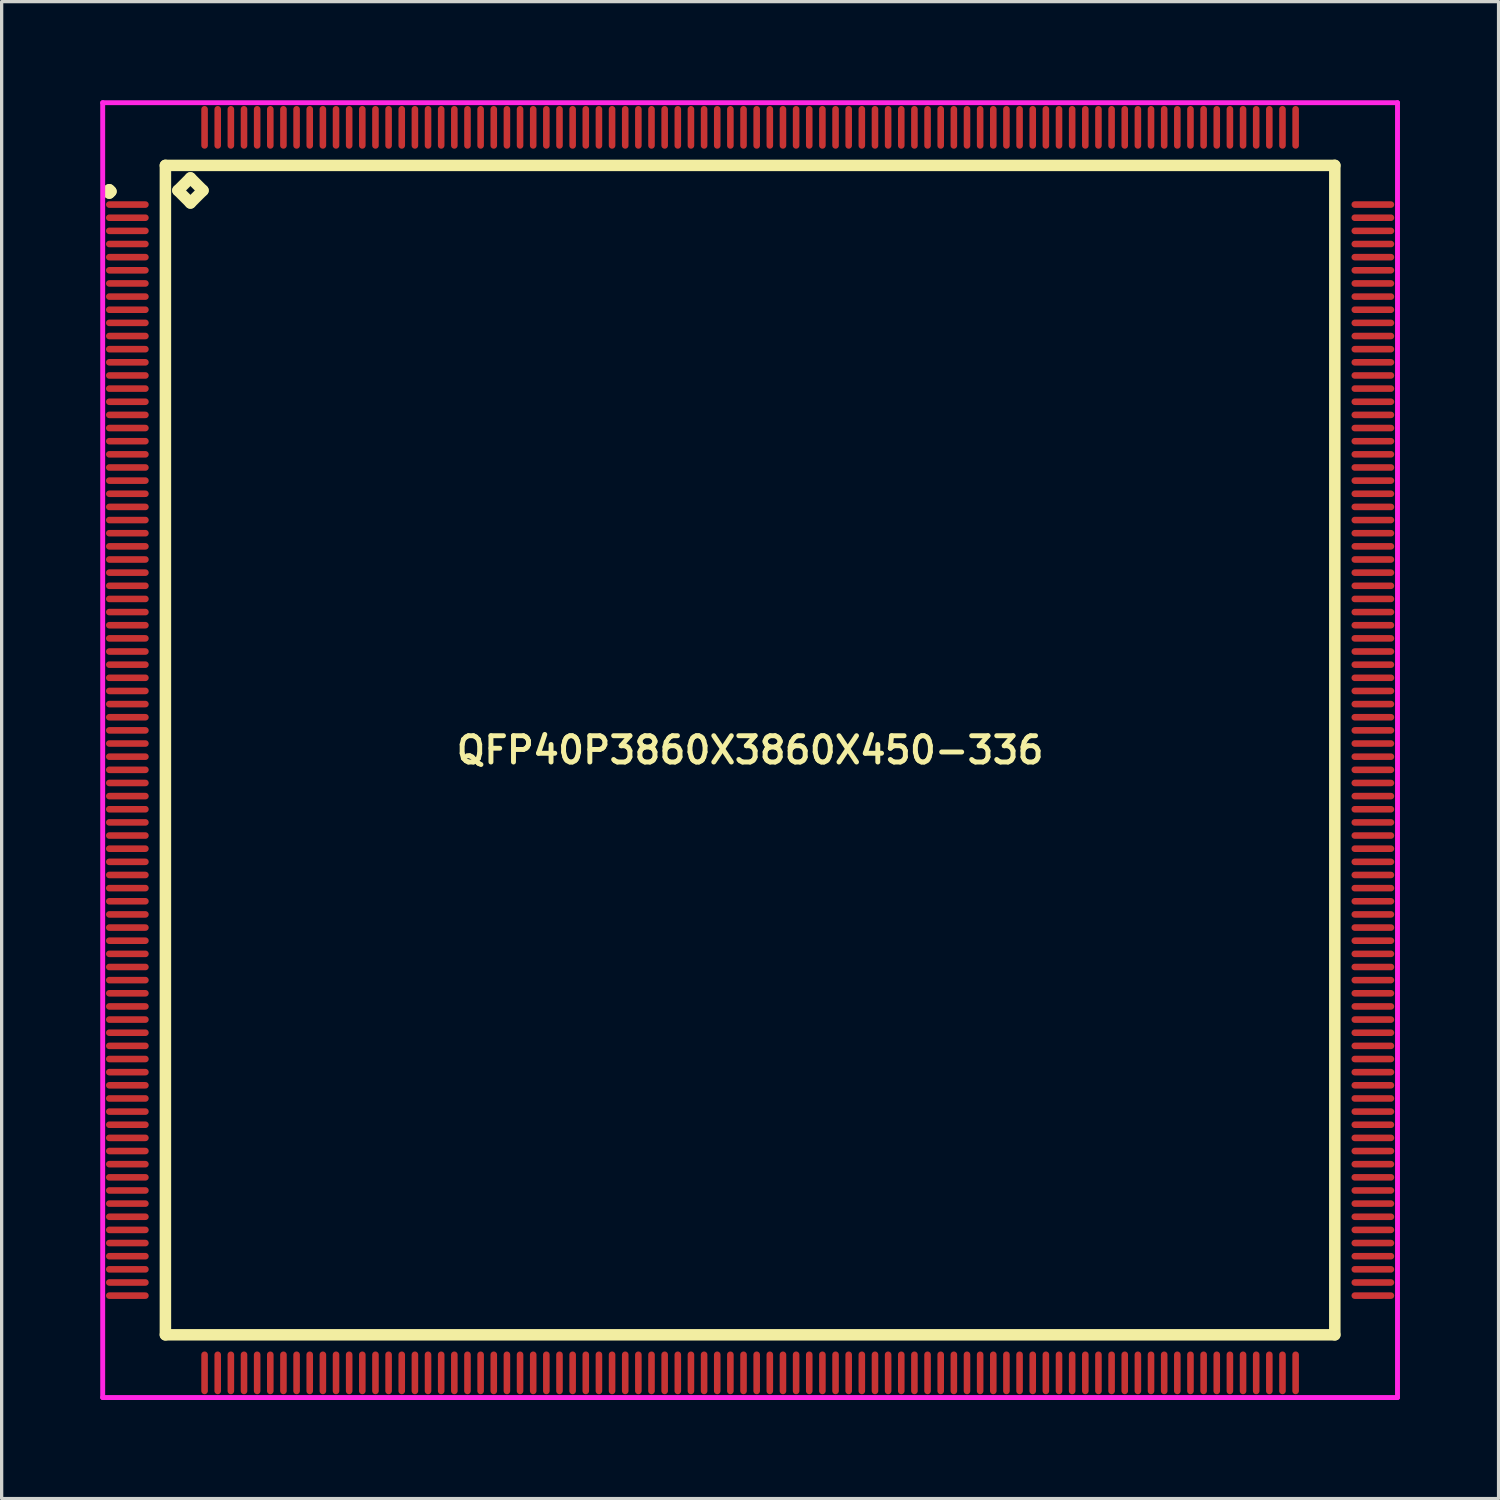
<source format=kicad_pcb>
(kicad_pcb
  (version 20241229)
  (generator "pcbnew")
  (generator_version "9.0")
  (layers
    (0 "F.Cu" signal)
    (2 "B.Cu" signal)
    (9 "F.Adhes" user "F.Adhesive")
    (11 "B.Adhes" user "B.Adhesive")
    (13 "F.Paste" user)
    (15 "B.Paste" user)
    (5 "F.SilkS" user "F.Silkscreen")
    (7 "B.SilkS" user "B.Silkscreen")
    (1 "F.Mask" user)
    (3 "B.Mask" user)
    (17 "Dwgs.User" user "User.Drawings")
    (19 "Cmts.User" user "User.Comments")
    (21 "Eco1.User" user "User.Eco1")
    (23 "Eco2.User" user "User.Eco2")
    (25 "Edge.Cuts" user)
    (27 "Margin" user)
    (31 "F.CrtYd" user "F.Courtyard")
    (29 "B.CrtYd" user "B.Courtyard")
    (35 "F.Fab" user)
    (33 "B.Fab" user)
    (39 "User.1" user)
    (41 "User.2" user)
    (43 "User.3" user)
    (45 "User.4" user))
  (footprint "QFP40P3860X3860X450-336"
    (layer "F.Cu")
    (at 19.775 19.775)
    (property "Reference" "QFP40P3860X3860X450-336" (at 0 0 0) (layer "F.SilkS") (effects (font (size 0.8 0.8) (thickness 0.15))))
    (attr smd)
    (fp_line (start -19.55 -17) (end -19.5 -17.05) (stroke (width 0.35) (type solid)) (layer "F.SilkS"))
    (fp_line (start -19.5 -17.05) (end -19.45 -17) (stroke (width 0.35) (type solid)) (layer "F.SilkS"))
    (fp_line (start -19.5 -16.95) (end -19.55 -17) (stroke (width 0.35) (type solid)) (layer "F.SilkS"))
    (fp_line (start -19.45 -17) (end -19.5 -16.95) (stroke (width 0.35) (type solid)) (layer "F.SilkS"))
    (fp_line (start -17.792 -17.792) (end -17.792 17.792) (stroke (width 0.35) (type solid)) (layer "F.SilkS"))
    (fp_line (start -17.792 17.792) (end 17.792 17.792) (stroke (width 0.35) (type solid)) (layer "F.SilkS"))
    (fp_line (start -17.411 -17.03) (end -17.03 -17.411) (stroke (width 0.35) (type solid)) (layer "F.SilkS"))
    (fp_line (start -17.03 -17.411) (end -16.649 -17.03) (stroke (width 0.35) (type solid)) (layer "F.SilkS"))
    (fp_line (start -17.03 -16.649) (end -17.411 -17.03) (stroke (width 0.35) (type solid)) (layer "F.SilkS"))
    (fp_line (start -16.649 -17.03) (end -17.03 -16.649) (stroke (width 0.35) (type solid)) (layer "F.SilkS"))
    (fp_line (start 17.792 -17.792) (end -17.792 -17.792) (stroke (width 0.35) (type solid)) (layer "F.SilkS"))
    (fp_line (start 17.792 17.792) (end 17.792 -17.792) (stroke (width 0.35) (type solid)) (layer "F.SilkS"))
    (fp_line (start -19.7 -19.7) (end 19.7 -19.7) (stroke (width 0.15) (type solid)) (layer "F.CrtYd"))
    (fp_line (start -19.7 19.7) (end -19.7 -19.7) (stroke (width 0.15) (type solid)) (layer "F.CrtYd"))
    (fp_line (start 19.7 -19.7) (end 19.7 19.7) (stroke (width 0.15) (type solid)) (layer "F.CrtYd"))
    (fp_line (start 19.7 19.7) (end -19.7 19.7) (stroke (width 0.15) (type solid)) (layer "F.CrtYd"))
    (pad "1" smd oval (at -18.95 -16.6) (size 1.3 0.2) (layers "F.Cu" "F.Mask" "F.Paste"))
    (pad "2" smd oval (at -18.95 -16.2) (size 1.3 0.2) (layers "F.Cu" "F.Mask" "F.Paste"))
    (pad "3" smd oval (at -18.95 -15.8) (size 1.3 0.2) (layers "F.Cu" "F.Mask" "F.Paste"))
    (pad "4" smd oval (at -18.95 -15.4) (size 1.3 0.2) (layers "F.Cu" "F.Mask" "F.Paste"))
    (pad "5" smd oval (at -18.95 -15) (size 1.3 0.2) (layers "F.Cu" "F.Mask" "F.Paste"))
    (pad "6" smd oval (at -18.95 -14.6) (size 1.3 0.2) (layers "F.Cu" "F.Mask" "F.Paste"))
    (pad "7" smd oval (at -18.95 -14.2) (size 1.3 0.2) (layers "F.Cu" "F.Mask" "F.Paste"))
    (pad "8" smd oval (at -18.95 -13.8) (size 1.3 0.2) (layers "F.Cu" "F.Mask" "F.Paste"))
    (pad "9" smd oval (at -18.95 -13.4) (size 1.3 0.2) (layers "F.Cu" "F.Mask" "F.Paste"))
    (pad "10" smd oval (at -18.95 -13) (size 1.3 0.2) (layers "F.Cu" "F.Mask" "F.Paste"))
    (pad "11" smd oval (at -18.95 -12.6) (size 1.3 0.2) (layers "F.Cu" "F.Mask" "F.Paste"))
    (pad "12" smd oval (at -18.95 -12.2) (size 1.3 0.2) (layers "F.Cu" "F.Mask" "F.Paste"))
    (pad "13" smd oval (at -18.95 -11.8) (size 1.3 0.2) (layers "F.Cu" "F.Mask" "F.Paste"))
    (pad "14" smd oval (at -18.95 -11.4) (size 1.3 0.2) (layers "F.Cu" "F.Mask" "F.Paste"))
    (pad "15" smd oval (at -18.95 -11) (size 1.3 0.2) (layers "F.Cu" "F.Mask" "F.Paste"))
    (pad "16" smd oval (at -18.95 -10.6) (size 1.3 0.2) (layers "F.Cu" "F.Mask" "F.Paste"))
    (pad "17" smd oval (at -18.95 -10.2) (size 1.3 0.2) (layers "F.Cu" "F.Mask" "F.Paste"))
    (pad "18" smd oval (at -18.95 -9.8) (size 1.3 0.2) (layers "F.Cu" "F.Mask" "F.Paste"))
    (pad "19" smd oval (at -18.95 -9.4) (size 1.3 0.2) (layers "F.Cu" "F.Mask" "F.Paste"))
    (pad "20" smd oval (at -18.95 -9) (size 1.3 0.2) (layers "F.Cu" "F.Mask" "F.Paste"))
    (pad "21" smd oval (at -18.95 -8.6) (size 1.3 0.2) (layers "F.Cu" "F.Mask" "F.Paste"))
    (pad "22" smd oval (at -18.95 -8.2) (size 1.3 0.2) (layers "F.Cu" "F.Mask" "F.Paste"))
    (pad "23" smd oval (at -18.95 -7.8) (size 1.3 0.2) (layers "F.Cu" "F.Mask" "F.Paste"))
    (pad "24" smd oval (at -18.95 -7.4) (size 1.3 0.2) (layers "F.Cu" "F.Mask" "F.Paste"))
    (pad "25" smd oval (at -18.95 -7) (size 1.3 0.2) (layers "F.Cu" "F.Mask" "F.Paste"))
    (pad "26" smd oval (at -18.95 -6.6) (size 1.3 0.2) (layers "F.Cu" "F.Mask" "F.Paste"))
    (pad "27" smd oval (at -18.95 -6.2) (size 1.3 0.2) (layers "F.Cu" "F.Mask" "F.Paste"))
    (pad "28" smd oval (at -18.95 -5.8) (size 1.3 0.2) (layers "F.Cu" "F.Mask" "F.Paste"))
    (pad "29" smd oval (at -18.95 -5.4) (size 1.3 0.2) (layers "F.Cu" "F.Mask" "F.Paste"))
    (pad "30" smd oval (at -18.95 -5) (size 1.3 0.2) (layers "F.Cu" "F.Mask" "F.Paste"))
    (pad "31" smd oval (at -18.95 -4.6) (size 1.3 0.2) (layers "F.Cu" "F.Mask" "F.Paste"))
    (pad "32" smd oval (at -18.95 -4.2) (size 1.3 0.2) (layers "F.Cu" "F.Mask" "F.Paste"))
    (pad "33" smd oval (at -18.95 -3.8) (size 1.3 0.2) (layers "F.Cu" "F.Mask" "F.Paste"))
    (pad "34" smd oval (at -18.95 -3.4) (size 1.3 0.2) (layers "F.Cu" "F.Mask" "F.Paste"))
    (pad "35" smd oval (at -18.95 -3) (size 1.3 0.2) (layers "F.Cu" "F.Mask" "F.Paste"))
    (pad "36" smd oval (at -18.95 -2.6) (size 1.3 0.2) (layers "F.Cu" "F.Mask" "F.Paste"))
    (pad "37" smd oval (at -18.95 -2.2) (size 1.3 0.2) (layers "F.Cu" "F.Mask" "F.Paste"))
    (pad "38" smd oval (at -18.95 -1.8) (size 1.3 0.2) (layers "F.Cu" "F.Mask" "F.Paste"))
    (pad "39" smd oval (at -18.95 -1.4) (size 1.3 0.2) (layers "F.Cu" "F.Mask" "F.Paste"))
    (pad "40" smd oval (at -18.95 -1) (size 1.3 0.2) (layers "F.Cu" "F.Mask" "F.Paste"))
    (pad "41" smd oval (at -18.95 -0.6) (size 1.3 0.2) (layers "F.Cu" "F.Mask" "F.Paste"))
    (pad "42" smd oval (at -18.95 -0.2) (size 1.3 0.2) (layers "F.Cu" "F.Mask" "F.Paste"))
    (pad "43" smd oval (at -18.95 0.2) (size 1.3 0.2) (layers "F.Cu" "F.Mask" "F.Paste"))
    (pad "44" smd oval (at -18.95 0.6) (size 1.3 0.2) (layers "F.Cu" "F.Mask" "F.Paste"))
    (pad "45" smd oval (at -18.95 1) (size 1.3 0.2) (layers "F.Cu" "F.Mask" "F.Paste"))
    (pad "46" smd oval (at -18.95 1.4) (size 1.3 0.2) (layers "F.Cu" "F.Mask" "F.Paste"))
    (pad "47" smd oval (at -18.95 1.8) (size 1.3 0.2) (layers "F.Cu" "F.Mask" "F.Paste"))
    (pad "48" smd oval (at -18.95 2.2) (size 1.3 0.2) (layers "F.Cu" "F.Mask" "F.Paste"))
    (pad "49" smd oval (at -18.95 2.6) (size 1.3 0.2) (layers "F.Cu" "F.Mask" "F.Paste"))
    (pad "50" smd oval (at -18.95 3) (size 1.3 0.2) (layers "F.Cu" "F.Mask" "F.Paste"))
    (pad "51" smd oval (at -18.95 3.4) (size 1.3 0.2) (layers "F.Cu" "F.Mask" "F.Paste"))
    (pad "52" smd oval (at -18.95 3.8) (size 1.3 0.2) (layers "F.Cu" "F.Mask" "F.Paste"))
    (pad "53" smd oval (at -18.95 4.2) (size 1.3 0.2) (layers "F.Cu" "F.Mask" "F.Paste"))
    (pad "54" smd oval (at -18.95 4.6) (size 1.3 0.2) (layers "F.Cu" "F.Mask" "F.Paste"))
    (pad "55" smd oval (at -18.95 5) (size 1.3 0.2) (layers "F.Cu" "F.Mask" "F.Paste"))
    (pad "56" smd oval (at -18.95 5.4) (size 1.3 0.2) (layers "F.Cu" "F.Mask" "F.Paste"))
    (pad "57" smd oval (at -18.95 5.8) (size 1.3 0.2) (layers "F.Cu" "F.Mask" "F.Paste"))
    (pad "58" smd oval (at -18.95 6.2) (size 1.3 0.2) (layers "F.Cu" "F.Mask" "F.Paste"))
    (pad "59" smd oval (at -18.95 6.6) (size 1.3 0.2) (layers "F.Cu" "F.Mask" "F.Paste"))
    (pad "60" smd oval (at -18.95 7) (size 1.3 0.2) (layers "F.Cu" "F.Mask" "F.Paste"))
    (pad "61" smd oval (at -18.95 7.4) (size 1.3 0.2) (layers "F.Cu" "F.Mask" "F.Paste"))
    (pad "62" smd oval (at -18.95 7.8) (size 1.3 0.2) (layers "F.Cu" "F.Mask" "F.Paste"))
    (pad "63" smd oval (at -18.95 8.2) (size 1.3 0.2) (layers "F.Cu" "F.Mask" "F.Paste"))
    (pad "64" smd oval (at -18.95 8.6) (size 1.3 0.2) (layers "F.Cu" "F.Mask" "F.Paste"))
    (pad "65" smd oval (at -18.95 9) (size 1.3 0.2) (layers "F.Cu" "F.Mask" "F.Paste"))
    (pad "66" smd oval (at -18.95 9.4) (size 1.3 0.2) (layers "F.Cu" "F.Mask" "F.Paste"))
    (pad "67" smd oval (at -18.95 9.8) (size 1.3 0.2) (layers "F.Cu" "F.Mask" "F.Paste"))
    (pad "68" smd oval (at -18.95 10.2) (size 1.3 0.2) (layers "F.Cu" "F.Mask" "F.Paste"))
    (pad "69" smd oval (at -18.95 10.6) (size 1.3 0.2) (layers "F.Cu" "F.Mask" "F.Paste"))
    (pad "70" smd oval (at -18.95 11) (size 1.3 0.2) (layers "F.Cu" "F.Mask" "F.Paste"))
    (pad "71" smd oval (at -18.95 11.4) (size 1.3 0.2) (layers "F.Cu" "F.Mask" "F.Paste"))
    (pad "72" smd oval (at -18.95 11.8) (size 1.3 0.2) (layers "F.Cu" "F.Mask" "F.Paste"))
    (pad "73" smd oval (at -18.95 12.2) (size 1.3 0.2) (layers "F.Cu" "F.Mask" "F.Paste"))
    (pad "74" smd oval (at -18.95 12.6) (size 1.3 0.2) (layers "F.Cu" "F.Mask" "F.Paste"))
    (pad "75" smd oval (at -18.95 13) (size 1.3 0.2) (layers "F.Cu" "F.Mask" "F.Paste"))
    (pad "76" smd oval (at -18.95 13.4) (size 1.3 0.2) (layers "F.Cu" "F.Mask" "F.Paste"))
    (pad "77" smd oval (at -18.95 13.8) (size 1.3 0.2) (layers "F.Cu" "F.Mask" "F.Paste"))
    (pad "78" smd oval (at -18.95 14.2) (size 1.3 0.2) (layers "F.Cu" "F.Mask" "F.Paste"))
    (pad "79" smd oval (at -18.95 14.6) (size 1.3 0.2) (layers "F.Cu" "F.Mask" "F.Paste"))
    (pad "80" smd oval (at -18.95 15) (size 1.3 0.2) (layers "F.Cu" "F.Mask" "F.Paste"))
    (pad "81" smd oval (at -18.95 15.4) (size 1.3 0.2) (layers "F.Cu" "F.Mask" "F.Paste"))
    (pad "82" smd oval (at -18.95 15.8) (size 1.3 0.2) (layers "F.Cu" "F.Mask" "F.Paste"))
    (pad "83" smd oval (at -18.95 16.2) (size 1.3 0.2) (layers "F.Cu" "F.Mask" "F.Paste"))
    (pad "84" smd oval (at -18.95 16.6) (size 1.3 0.2) (layers "F.Cu" "F.Mask" "F.Paste"))
    (pad "85" smd oval (at -16.6 18.95) (size 0.2 1.3) (layers "F.Cu" "F.Mask" "F.Paste"))
    (pad "86" smd oval (at -16.2 18.95) (size 0.2 1.3) (layers "F.Cu" "F.Mask" "F.Paste"))
    (pad "87" smd oval (at -15.8 18.95) (size 0.2 1.3) (layers "F.Cu" "F.Mask" "F.Paste"))
    (pad "88" smd oval (at -15.4 18.95) (size 0.2 1.3) (layers "F.Cu" "F.Mask" "F.Paste"))
    (pad "89" smd oval (at -15 18.95) (size 0.2 1.3) (layers "F.Cu" "F.Mask" "F.Paste"))
    (pad "90" smd oval (at -14.6 18.95) (size 0.2 1.3) (layers "F.Cu" "F.Mask" "F.Paste"))
    (pad "91" smd oval (at -14.2 18.95) (size 0.2 1.3) (layers "F.Cu" "F.Mask" "F.Paste"))
    (pad "92" smd oval (at -13.8 18.95) (size 0.2 1.3) (layers "F.Cu" "F.Mask" "F.Paste"))
    (pad "93" smd oval (at -13.4 18.95) (size 0.2 1.3) (layers "F.Cu" "F.Mask" "F.Paste"))
    (pad "94" smd oval (at -13 18.95) (size 0.2 1.3) (layers "F.Cu" "F.Mask" "F.Paste"))
    (pad "95" smd oval (at -12.6 18.95) (size 0.2 1.3) (layers "F.Cu" "F.Mask" "F.Paste"))
    (pad "96" smd oval (at -12.2 18.95) (size 0.2 1.3) (layers "F.Cu" "F.Mask" "F.Paste"))
    (pad "97" smd oval (at -11.8 18.95) (size 0.2 1.3) (layers "F.Cu" "F.Mask" "F.Paste"))
    (pad "98" smd oval (at -11.4 18.95) (size 0.2 1.3) (layers "F.Cu" "F.Mask" "F.Paste"))
    (pad "99" smd oval (at -11 18.95) (size 0.2 1.3) (layers "F.Cu" "F.Mask" "F.Paste"))
    (pad "100" smd oval (at -10.6 18.95) (size 0.2 1.3) (layers "F.Cu" "F.Mask" "F.Paste"))
    (pad "101" smd oval (at -10.2 18.95) (size 0.2 1.3) (layers "F.Cu" "F.Mask" "F.Paste"))
    (pad "102" smd oval (at -9.8 18.95) (size 0.2 1.3) (layers "F.Cu" "F.Mask" "F.Paste"))
    (pad "103" smd oval (at -9.4 18.95) (size 0.2 1.3) (layers "F.Cu" "F.Mask" "F.Paste"))
    (pad "104" smd oval (at -9 18.95) (size 0.2 1.3) (layers "F.Cu" "F.Mask" "F.Paste"))
    (pad "105" smd oval (at -8.6 18.95) (size 0.2 1.3) (layers "F.Cu" "F.Mask" "F.Paste"))
    (pad "106" smd oval (at -8.2 18.95) (size 0.2 1.3) (layers "F.Cu" "F.Mask" "F.Paste"))
    (pad "107" smd oval (at -7.8 18.95) (size 0.2 1.3) (layers "F.Cu" "F.Mask" "F.Paste"))
    (pad "108" smd oval (at -7.4 18.95) (size 0.2 1.3) (layers "F.Cu" "F.Mask" "F.Paste"))
    (pad "109" smd oval (at -7 18.95) (size 0.2 1.3) (layers "F.Cu" "F.Mask" "F.Paste"))
    (pad "110" smd oval (at -6.6 18.95) (size 0.2 1.3) (layers "F.Cu" "F.Mask" "F.Paste"))
    (pad "111" smd oval (at -6.2 18.95) (size 0.2 1.3) (layers "F.Cu" "F.Mask" "F.Paste"))
    (pad "112" smd oval (at -5.8 18.95) (size 0.2 1.3) (layers "F.Cu" "F.Mask" "F.Paste"))
    (pad "113" smd oval (at -5.4 18.95) (size 0.2 1.3) (layers "F.Cu" "F.Mask" "F.Paste"))
    (pad "114" smd oval (at -5 18.95) (size 0.2 1.3) (layers "F.Cu" "F.Mask" "F.Paste"))
    (pad "115" smd oval (at -4.6 18.95) (size 0.2 1.3) (layers "F.Cu" "F.Mask" "F.Paste"))
    (pad "116" smd oval (at -4.2 18.95) (size 0.2 1.3) (layers "F.Cu" "F.Mask" "F.Paste"))
    (pad "117" smd oval (at -3.8 18.95) (size 0.2 1.3) (layers "F.Cu" "F.Mask" "F.Paste"))
    (pad "118" smd oval (at -3.4 18.95) (size 0.2 1.3) (layers "F.Cu" "F.Mask" "F.Paste"))
    (pad "119" smd oval (at -3 18.95) (size 0.2 1.3) (layers "F.Cu" "F.Mask" "F.Paste"))
    (pad "120" smd oval (at -2.6 18.95) (size 0.2 1.3) (layers "F.Cu" "F.Mask" "F.Paste"))
    (pad "121" smd oval (at -2.2 18.95) (size 0.2 1.3) (layers "F.Cu" "F.Mask" "F.Paste"))
    (pad "122" smd oval (at -1.8 18.95) (size 0.2 1.3) (layers "F.Cu" "F.Mask" "F.Paste"))
    (pad "123" smd oval (at -1.4 18.95) (size 0.2 1.3) (layers "F.Cu" "F.Mask" "F.Paste"))
    (pad "124" smd oval (at -1 18.95) (size 0.2 1.3) (layers "F.Cu" "F.Mask" "F.Paste"))
    (pad "125" smd oval (at -0.6 18.95) (size 0.2 1.3) (layers "F.Cu" "F.Mask" "F.Paste"))
    (pad "126" smd oval (at -0.2 18.95) (size 0.2 1.3) (layers "F.Cu" "F.Mask" "F.Paste"))
    (pad "127" smd oval (at 0.2 18.95) (size 0.2 1.3) (layers "F.Cu" "F.Mask" "F.Paste"))
    (pad "128" smd oval (at 0.6 18.95) (size 0.2 1.3) (layers "F.Cu" "F.Mask" "F.Paste"))
    (pad "129" smd oval (at 1 18.95) (size 0.2 1.3) (layers "F.Cu" "F.Mask" "F.Paste"))
    (pad "130" smd oval (at 1.4 18.95) (size 0.2 1.3) (layers "F.Cu" "F.Mask" "F.Paste"))
    (pad "131" smd oval (at 1.8 18.95) (size 0.2 1.3) (layers "F.Cu" "F.Mask" "F.Paste"))
    (pad "132" smd oval (at 2.2 18.95) (size 0.2 1.3) (layers "F.Cu" "F.Mask" "F.Paste"))
    (pad "133" smd oval (at 2.6 18.95) (size 0.2 1.3) (layers "F.Cu" "F.Mask" "F.Paste"))
    (pad "134" smd oval (at 3 18.95) (size 0.2 1.3) (layers "F.Cu" "F.Mask" "F.Paste"))
    (pad "135" smd oval (at 3.4 18.95) (size 0.2 1.3) (layers "F.Cu" "F.Mask" "F.Paste"))
    (pad "136" smd oval (at 3.8 18.95) (size 0.2 1.3) (layers "F.Cu" "F.Mask" "F.Paste"))
    (pad "137" smd oval (at 4.2 18.95) (size 0.2 1.3) (layers "F.Cu" "F.Mask" "F.Paste"))
    (pad "138" smd oval (at 4.6 18.95) (size 0.2 1.3) (layers "F.Cu" "F.Mask" "F.Paste"))
    (pad "139" smd oval (at 5 18.95) (size 0.2 1.3) (layers "F.Cu" "F.Mask" "F.Paste"))
    (pad "140" smd oval (at 5.4 18.95) (size 0.2 1.3) (layers "F.Cu" "F.Mask" "F.Paste"))
    (pad "141" smd oval (at 5.8 18.95) (size 0.2 1.3) (layers "F.Cu" "F.Mask" "F.Paste"))
    (pad "142" smd oval (at 6.2 18.95) (size 0.2 1.3) (layers "F.Cu" "F.Mask" "F.Paste"))
    (pad "143" smd oval (at 6.6 18.95) (size 0.2 1.3) (layers "F.Cu" "F.Mask" "F.Paste"))
    (pad "144" smd oval (at 7 18.95) (size 0.2 1.3) (layers "F.Cu" "F.Mask" "F.Paste"))
    (pad "145" smd oval (at 7.4 18.95) (size 0.2 1.3) (layers "F.Cu" "F.Mask" "F.Paste"))
    (pad "146" smd oval (at 7.8 18.95) (size 0.2 1.3) (layers "F.Cu" "F.Mask" "F.Paste"))
    (pad "147" smd oval (at 8.2 18.95) (size 0.2 1.3) (layers "F.Cu" "F.Mask" "F.Paste"))
    (pad "148" smd oval (at 8.6 18.95) (size 0.2 1.3) (layers "F.Cu" "F.Mask" "F.Paste"))
    (pad "149" smd oval (at 9 18.95) (size 0.2 1.3) (layers "F.Cu" "F.Mask" "F.Paste"))
    (pad "150" smd oval (at 9.4 18.95) (size 0.2 1.3) (layers "F.Cu" "F.Mask" "F.Paste"))
    (pad "151" smd oval (at 9.8 18.95) (size 0.2 1.3) (layers "F.Cu" "F.Mask" "F.Paste"))
    (pad "152" smd oval (at 10.2 18.95) (size 0.2 1.3) (layers "F.Cu" "F.Mask" "F.Paste"))
    (pad "153" smd oval (at 10.6 18.95) (size 0.2 1.3) (layers "F.Cu" "F.Mask" "F.Paste"))
    (pad "154" smd oval (at 11 18.95) (size 0.2 1.3) (layers "F.Cu" "F.Mask" "F.Paste"))
    (pad "155" smd oval (at 11.4 18.95) (size 0.2 1.3) (layers "F.Cu" "F.Mask" "F.Paste"))
    (pad "156" smd oval (at 11.8 18.95) (size 0.2 1.3) (layers "F.Cu" "F.Mask" "F.Paste"))
    (pad "157" smd oval (at 12.2 18.95) (size 0.2 1.3) (layers "F.Cu" "F.Mask" "F.Paste"))
    (pad "158" smd oval (at 12.6 18.95) (size 0.2 1.3) (layers "F.Cu" "F.Mask" "F.Paste"))
    (pad "159" smd oval (at 13 18.95) (size 0.2 1.3) (layers "F.Cu" "F.Mask" "F.Paste"))
    (pad "160" smd oval (at 13.4 18.95) (size 0.2 1.3) (layers "F.Cu" "F.Mask" "F.Paste"))
    (pad "161" smd oval (at 13.8 18.95) (size 0.2 1.3) (layers "F.Cu" "F.Mask" "F.Paste"))
    (pad "162" smd oval (at 14.2 18.95) (size 0.2 1.3) (layers "F.Cu" "F.Mask" "F.Paste"))
    (pad "163" smd oval (at 14.6 18.95) (size 0.2 1.3) (layers "F.Cu" "F.Mask" "F.Paste"))
    (pad "164" smd oval (at 15 18.95) (size 0.2 1.3) (layers "F.Cu" "F.Mask" "F.Paste"))
    (pad "165" smd oval (at 15.4 18.95) (size 0.2 1.3) (layers "F.Cu" "F.Mask" "F.Paste"))
    (pad "166" smd oval (at 15.8 18.95) (size 0.2 1.3) (layers "F.Cu" "F.Mask" "F.Paste"))
    (pad "167" smd oval (at 16.2 18.95) (size 0.2 1.3) (layers "F.Cu" "F.Mask" "F.Paste"))
    (pad "168" smd oval (at 16.6 18.95) (size 0.2 1.3) (layers "F.Cu" "F.Mask" "F.Paste"))
    (pad "169" smd oval (at 18.95 16.6) (size 1.3 0.2) (layers "F.Cu" "F.Mask" "F.Paste"))
    (pad "170" smd oval (at 18.95 16.2) (size 1.3 0.2) (layers "F.Cu" "F.Mask" "F.Paste"))
    (pad "171" smd oval (at 18.95 15.8) (size 1.3 0.2) (layers "F.Cu" "F.Mask" "F.Paste"))
    (pad "172" smd oval (at 18.95 15.4) (size 1.3 0.2) (layers "F.Cu" "F.Mask" "F.Paste"))
    (pad "173" smd oval (at 18.95 15) (size 1.3 0.2) (layers "F.Cu" "F.Mask" "F.Paste"))
    (pad "174" smd oval (at 18.95 14.6) (size 1.3 0.2) (layers "F.Cu" "F.Mask" "F.Paste"))
    (pad "175" smd oval (at 18.95 14.2) (size 1.3 0.2) (layers "F.Cu" "F.Mask" "F.Paste"))
    (pad "176" smd oval (at 18.95 13.8) (size 1.3 0.2) (layers "F.Cu" "F.Mask" "F.Paste"))
    (pad "177" smd oval (at 18.95 13.4) (size 1.3 0.2) (layers "F.Cu" "F.Mask" "F.Paste"))
    (pad "178" smd oval (at 18.95 13) (size 1.3 0.2) (layers "F.Cu" "F.Mask" "F.Paste"))
    (pad "179" smd oval (at 18.95 12.6) (size 1.3 0.2) (layers "F.Cu" "F.Mask" "F.Paste"))
    (pad "180" smd oval (at 18.95 12.2) (size 1.3 0.2) (layers "F.Cu" "F.Mask" "F.Paste"))
    (pad "181" smd oval (at 18.95 11.8) (size 1.3 0.2) (layers "F.Cu" "F.Mask" "F.Paste"))
    (pad "182" smd oval (at 18.95 11.4) (size 1.3 0.2) (layers "F.Cu" "F.Mask" "F.Paste"))
    (pad "183" smd oval (at 18.95 11) (size 1.3 0.2) (layers "F.Cu" "F.Mask" "F.Paste"))
    (pad "184" smd oval (at 18.95 10.6) (size 1.3 0.2) (layers "F.Cu" "F.Mask" "F.Paste"))
    (pad "185" smd oval (at 18.95 10.2) (size 1.3 0.2) (layers "F.Cu" "F.Mask" "F.Paste"))
    (pad "186" smd oval (at 18.95 9.8) (size 1.3 0.2) (layers "F.Cu" "F.Mask" "F.Paste"))
    (pad "187" smd oval (at 18.95 9.4) (size 1.3 0.2) (layers "F.Cu" "F.Mask" "F.Paste"))
    (pad "188" smd oval (at 18.95 9) (size 1.3 0.2) (layers "F.Cu" "F.Mask" "F.Paste"))
    (pad "189" smd oval (at 18.95 8.6) (size 1.3 0.2) (layers "F.Cu" "F.Mask" "F.Paste"))
    (pad "190" smd oval (at 18.95 8.2) (size 1.3 0.2) (layers "F.Cu" "F.Mask" "F.Paste"))
    (pad "191" smd oval (at 18.95 7.8) (size 1.3 0.2) (layers "F.Cu" "F.Mask" "F.Paste"))
    (pad "192" smd oval (at 18.95 7.4) (size 1.3 0.2) (layers "F.Cu" "F.Mask" "F.Paste"))
    (pad "193" smd oval (at 18.95 7) (size 1.3 0.2) (layers "F.Cu" "F.Mask" "F.Paste"))
    (pad "194" smd oval (at 18.95 6.6) (size 1.3 0.2) (layers "F.Cu" "F.Mask" "F.Paste"))
    (pad "195" smd oval (at 18.95 6.2) (size 1.3 0.2) (layers "F.Cu" "F.Mask" "F.Paste"))
    (pad "196" smd oval (at 18.95 5.8) (size 1.3 0.2) (layers "F.Cu" "F.Mask" "F.Paste"))
    (pad "197" smd oval (at 18.95 5.4) (size 1.3 0.2) (layers "F.Cu" "F.Mask" "F.Paste"))
    (pad "198" smd oval (at 18.95 5) (size 1.3 0.2) (layers "F.Cu" "F.Mask" "F.Paste"))
    (pad "199" smd oval (at 18.95 4.6) (size 1.3 0.2) (layers "F.Cu" "F.Mask" "F.Paste"))
    (pad "200" smd oval (at 18.95 4.2) (size 1.3 0.2) (layers "F.Cu" "F.Mask" "F.Paste"))
    (pad "201" smd oval (at 18.95 3.8) (size 1.3 0.2) (layers "F.Cu" "F.Mask" "F.Paste"))
    (pad "202" smd oval (at 18.95 3.4) (size 1.3 0.2) (layers "F.Cu" "F.Mask" "F.Paste"))
    (pad "203" smd oval (at 18.95 3) (size 1.3 0.2) (layers "F.Cu" "F.Mask" "F.Paste"))
    (pad "204" smd oval (at 18.95 2.6) (size 1.3 0.2) (layers "F.Cu" "F.Mask" "F.Paste"))
    (pad "205" smd oval (at 18.95 2.2) (size 1.3 0.2) (layers "F.Cu" "F.Mask" "F.Paste"))
    (pad "206" smd oval (at 18.95 1.8) (size 1.3 0.2) (layers "F.Cu" "F.Mask" "F.Paste"))
    (pad "207" smd oval (at 18.95 1.4) (size 1.3 0.2) (layers "F.Cu" "F.Mask" "F.Paste"))
    (pad "208" smd oval (at 18.95 1) (size 1.3 0.2) (layers "F.Cu" "F.Mask" "F.Paste"))
    (pad "209" smd oval (at 18.95 0.6) (size 1.3 0.2) (layers "F.Cu" "F.Mask" "F.Paste"))
    (pad "210" smd oval (at 18.95 0.2) (size 1.3 0.2) (layers "F.Cu" "F.Mask" "F.Paste"))
    (pad "211" smd oval (at 18.95 -0.2) (size 1.3 0.2) (layers "F.Cu" "F.Mask" "F.Paste"))
    (pad "212" smd oval (at 18.95 -0.6) (size 1.3 0.2) (layers "F.Cu" "F.Mask" "F.Paste"))
    (pad "213" smd oval (at 18.95 -1) (size 1.3 0.2) (layers "F.Cu" "F.Mask" "F.Paste"))
    (pad "214" smd oval (at 18.95 -1.4) (size 1.3 0.2) (layers "F.Cu" "F.Mask" "F.Paste"))
    (pad "215" smd oval (at 18.95 -1.8) (size 1.3 0.2) (layers "F.Cu" "F.Mask" "F.Paste"))
    (pad "216" smd oval (at 18.95 -2.2) (size 1.3 0.2) (layers "F.Cu" "F.Mask" "F.Paste"))
    (pad "217" smd oval (at 18.95 -2.6) (size 1.3 0.2) (layers "F.Cu" "F.Mask" "F.Paste"))
    (pad "218" smd oval (at 18.95 -3) (size 1.3 0.2) (layers "F.Cu" "F.Mask" "F.Paste"))
    (pad "219" smd oval (at 18.95 -3.4) (size 1.3 0.2) (layers "F.Cu" "F.Mask" "F.Paste"))
    (pad "220" smd oval (at 18.95 -3.8) (size 1.3 0.2) (layers "F.Cu" "F.Mask" "F.Paste"))
    (pad "221" smd oval (at 18.95 -4.2) (size 1.3 0.2) (layers "F.Cu" "F.Mask" "F.Paste"))
    (pad "222" smd oval (at 18.95 -4.6) (size 1.3 0.2) (layers "F.Cu" "F.Mask" "F.Paste"))
    (pad "223" smd oval (at 18.95 -5) (size 1.3 0.2) (layers "F.Cu" "F.Mask" "F.Paste"))
    (pad "224" smd oval (at 18.95 -5.4) (size 1.3 0.2) (layers "F.Cu" "F.Mask" "F.Paste"))
    (pad "225" smd oval (at 18.95 -5.8) (size 1.3 0.2) (layers "F.Cu" "F.Mask" "F.Paste"))
    (pad "226" smd oval (at 18.95 -6.2) (size 1.3 0.2) (layers "F.Cu" "F.Mask" "F.Paste"))
    (pad "227" smd oval (at 18.95 -6.6) (size 1.3 0.2) (layers "F.Cu" "F.Mask" "F.Paste"))
    (pad "228" smd oval (at 18.95 -7) (size 1.3 0.2) (layers "F.Cu" "F.Mask" "F.Paste"))
    (pad "229" smd oval (at 18.95 -7.4) (size 1.3 0.2) (layers "F.Cu" "F.Mask" "F.Paste"))
    (pad "230" smd oval (at 18.95 -7.8) (size 1.3 0.2) (layers "F.Cu" "F.Mask" "F.Paste"))
    (pad "231" smd oval (at 18.95 -8.2) (size 1.3 0.2) (layers "F.Cu" "F.Mask" "F.Paste"))
    (pad "232" smd oval (at 18.95 -8.6) (size 1.3 0.2) (layers "F.Cu" "F.Mask" "F.Paste"))
    (pad "233" smd oval (at 18.95 -9) (size 1.3 0.2) (layers "F.Cu" "F.Mask" "F.Paste"))
    (pad "234" smd oval (at 18.95 -9.4) (size 1.3 0.2) (layers "F.Cu" "F.Mask" "F.Paste"))
    (pad "235" smd oval (at 18.95 -9.8) (size 1.3 0.2) (layers "F.Cu" "F.Mask" "F.Paste"))
    (pad "236" smd oval (at 18.95 -10.2) (size 1.3 0.2) (layers "F.Cu" "F.Mask" "F.Paste"))
    (pad "237" smd oval (at 18.95 -10.6) (size 1.3 0.2) (layers "F.Cu" "F.Mask" "F.Paste"))
    (pad "238" smd oval (at 18.95 -11) (size 1.3 0.2) (layers "F.Cu" "F.Mask" "F.Paste"))
    (pad "239" smd oval (at 18.95 -11.4) (size 1.3 0.2) (layers "F.Cu" "F.Mask" "F.Paste"))
    (pad "240" smd oval (at 18.95 -11.8) (size 1.3 0.2) (layers "F.Cu" "F.Mask" "F.Paste"))
    (pad "241" smd oval (at 18.95 -12.2) (size 1.3 0.2) (layers "F.Cu" "F.Mask" "F.Paste"))
    (pad "242" smd oval (at 18.95 -12.6) (size 1.3 0.2) (layers "F.Cu" "F.Mask" "F.Paste"))
    (pad "243" smd oval (at 18.95 -13) (size 1.3 0.2) (layers "F.Cu" "F.Mask" "F.Paste"))
    (pad "244" smd oval (at 18.95 -13.4) (size 1.3 0.2) (layers "F.Cu" "F.Mask" "F.Paste"))
    (pad "245" smd oval (at 18.95 -13.8) (size 1.3 0.2) (layers "F.Cu" "F.Mask" "F.Paste"))
    (pad "246" smd oval (at 18.95 -14.2) (size 1.3 0.2) (layers "F.Cu" "F.Mask" "F.Paste"))
    (pad "247" smd oval (at 18.95 -14.6) (size 1.3 0.2) (layers "F.Cu" "F.Mask" "F.Paste"))
    (pad "248" smd oval (at 18.95 -15) (size 1.3 0.2) (layers "F.Cu" "F.Mask" "F.Paste"))
    (pad "249" smd oval (at 18.95 -15.4) (size 1.3 0.2) (layers "F.Cu" "F.Mask" "F.Paste"))
    (pad "250" smd oval (at 18.95 -15.8) (size 1.3 0.2) (layers "F.Cu" "F.Mask" "F.Paste"))
    (pad "251" smd oval (at 18.95 -16.2) (size 1.3 0.2) (layers "F.Cu" "F.Mask" "F.Paste"))
    (pad "252" smd oval (at 18.95 -16.6) (size 1.3 0.2) (layers "F.Cu" "F.Mask" "F.Paste"))
    (pad "253" smd oval (at 16.6 -18.95) (size 0.2 1.3) (layers "F.Cu" "F.Mask" "F.Paste"))
    (pad "254" smd oval (at 16.2 -18.95) (size 0.2 1.3) (layers "F.Cu" "F.Mask" "F.Paste"))
    (pad "255" smd oval (at 15.8 -18.95) (size 0.2 1.3) (layers "F.Cu" "F.Mask" "F.Paste"))
    (pad "256" smd oval (at 15.4 -18.95) (size 0.2 1.3) (layers "F.Cu" "F.Mask" "F.Paste"))
    (pad "257" smd oval (at 15 -18.95) (size 0.2 1.3) (layers "F.Cu" "F.Mask" "F.Paste"))
    (pad "258" smd oval (at 14.6 -18.95) (size 0.2 1.3) (layers "F.Cu" "F.Mask" "F.Paste"))
    (pad "259" smd oval (at 14.2 -18.95) (size 0.2 1.3) (layers "F.Cu" "F.Mask" "F.Paste"))
    (pad "260" smd oval (at 13.8 -18.95) (size 0.2 1.3) (layers "F.Cu" "F.Mask" "F.Paste"))
    (pad "261" smd oval (at 13.4 -18.95) (size 0.2 1.3) (layers "F.Cu" "F.Mask" "F.Paste"))
    (pad "262" smd oval (at 13 -18.95) (size 0.2 1.3) (layers "F.Cu" "F.Mask" "F.Paste"))
    (pad "263" smd oval (at 12.6 -18.95) (size 0.2 1.3) (layers "F.Cu" "F.Mask" "F.Paste"))
    (pad "264" smd oval (at 12.2 -18.95) (size 0.2 1.3) (layers "F.Cu" "F.Mask" "F.Paste"))
    (pad "265" smd oval (at 11.8 -18.95) (size 0.2 1.3) (layers "F.Cu" "F.Mask" "F.Paste"))
    (pad "266" smd oval (at 11.4 -18.95) (size 0.2 1.3) (layers "F.Cu" "F.Mask" "F.Paste"))
    (pad "267" smd oval (at 11 -18.95) (size 0.2 1.3) (layers "F.Cu" "F.Mask" "F.Paste"))
    (pad "268" smd oval (at 10.6 -18.95) (size 0.2 1.3) (layers "F.Cu" "F.Mask" "F.Paste"))
    (pad "269" smd oval (at 10.2 -18.95) (size 0.2 1.3) (layers "F.Cu" "F.Mask" "F.Paste"))
    (pad "270" smd oval (at 9.8 -18.95) (size 0.2 1.3) (layers "F.Cu" "F.Mask" "F.Paste"))
    (pad "271" smd oval (at 9.4 -18.95) (size 0.2 1.3) (layers "F.Cu" "F.Mask" "F.Paste"))
    (pad "272" smd oval (at 9 -18.95) (size 0.2 1.3) (layers "F.Cu" "F.Mask" "F.Paste"))
    (pad "273" smd oval (at 8.6 -18.95) (size 0.2 1.3) (layers "F.Cu" "F.Mask" "F.Paste"))
    (pad "274" smd oval (at 8.2 -18.95) (size 0.2 1.3) (layers "F.Cu" "F.Mask" "F.Paste"))
    (pad "275" smd oval (at 7.8 -18.95) (size 0.2 1.3) (layers "F.Cu" "F.Mask" "F.Paste"))
    (pad "276" smd oval (at 7.4 -18.95) (size 0.2 1.3) (layers "F.Cu" "F.Mask" "F.Paste"))
    (pad "277" smd oval (at 7 -18.95) (size 0.2 1.3) (layers "F.Cu" "F.Mask" "F.Paste"))
    (pad "278" smd oval (at 6.6 -18.95) (size 0.2 1.3) (layers "F.Cu" "F.Mask" "F.Paste"))
    (pad "279" smd oval (at 6.2 -18.95) (size 0.2 1.3) (layers "F.Cu" "F.Mask" "F.Paste"))
    (pad "280" smd oval (at 5.8 -18.95) (size 0.2 1.3) (layers "F.Cu" "F.Mask" "F.Paste"))
    (pad "281" smd oval (at 5.4 -18.95) (size 0.2 1.3) (layers "F.Cu" "F.Mask" "F.Paste"))
    (pad "282" smd oval (at 5 -18.95) (size 0.2 1.3) (layers "F.Cu" "F.Mask" "F.Paste"))
    (pad "283" smd oval (at 4.6 -18.95) (size 0.2 1.3) (layers "F.Cu" "F.Mask" "F.Paste"))
    (pad "284" smd oval (at 4.2 -18.95) (size 0.2 1.3) (layers "F.Cu" "F.Mask" "F.Paste"))
    (pad "285" smd oval (at 3.8 -18.95) (size 0.2 1.3) (layers "F.Cu" "F.Mask" "F.Paste"))
    (pad "286" smd oval (at 3.4 -18.95) (size 0.2 1.3) (layers "F.Cu" "F.Mask" "F.Paste"))
    (pad "287" smd oval (at 3 -18.95) (size 0.2 1.3) (layers "F.Cu" "F.Mask" "F.Paste"))
    (pad "288" smd oval (at 2.6 -18.95) (size 0.2 1.3) (layers "F.Cu" "F.Mask" "F.Paste"))
    (pad "289" smd oval (at 2.2 -18.95) (size 0.2 1.3) (layers "F.Cu" "F.Mask" "F.Paste"))
    (pad "290" smd oval (at 1.8 -18.95) (size 0.2 1.3) (layers "F.Cu" "F.Mask" "F.Paste"))
    (pad "291" smd oval (at 1.4 -18.95) (size 0.2 1.3) (layers "F.Cu" "F.Mask" "F.Paste"))
    (pad "292" smd oval (at 1 -18.95) (size 0.2 1.3) (layers "F.Cu" "F.Mask" "F.Paste"))
    (pad "293" smd oval (at 0.6 -18.95) (size 0.2 1.3) (layers "F.Cu" "F.Mask" "F.Paste"))
    (pad "294" smd oval (at 0.2 -18.95) (size 0.2 1.3) (layers "F.Cu" "F.Mask" "F.Paste"))
    (pad "295" smd oval (at -0.2 -18.95) (size 0.2 1.3) (layers "F.Cu" "F.Mask" "F.Paste"))
    (pad "296" smd oval (at -0.6 -18.95) (size 0.2 1.3) (layers "F.Cu" "F.Mask" "F.Paste"))
    (pad "297" smd oval (at -1 -18.95) (size 0.2 1.3) (layers "F.Cu" "F.Mask" "F.Paste"))
    (pad "298" smd oval (at -1.4 -18.95) (size 0.2 1.3) (layers "F.Cu" "F.Mask" "F.Paste"))
    (pad "299" smd oval (at -1.8 -18.95) (size 0.2 1.3) (layers "F.Cu" "F.Mask" "F.Paste"))
    (pad "300" smd oval (at -2.2 -18.95) (size 0.2 1.3) (layers "F.Cu" "F.Mask" "F.Paste"))
    (pad "301" smd oval (at -2.6 -18.95) (size 0.2 1.3) (layers "F.Cu" "F.Mask" "F.Paste"))
    (pad "302" smd oval (at -3 -18.95) (size 0.2 1.3) (layers "F.Cu" "F.Mask" "F.Paste"))
    (pad "303" smd oval (at -3.4 -18.95) (size 0.2 1.3) (layers "F.Cu" "F.Mask" "F.Paste"))
    (pad "304" smd oval (at -3.8 -18.95) (size 0.2 1.3) (layers "F.Cu" "F.Mask" "F.Paste"))
    (pad "305" smd oval (at -4.2 -18.95) (size 0.2 1.3) (layers "F.Cu" "F.Mask" "F.Paste"))
    (pad "306" smd oval (at -4.6 -18.95) (size 0.2 1.3) (layers "F.Cu" "F.Mask" "F.Paste"))
    (pad "307" smd oval (at -5 -18.95) (size 0.2 1.3) (layers "F.Cu" "F.Mask" "F.Paste"))
    (pad "308" smd oval (at -5.4 -18.95) (size 0.2 1.3) (layers "F.Cu" "F.Mask" "F.Paste"))
    (pad "309" smd oval (at -5.8 -18.95) (size 0.2 1.3) (layers "F.Cu" "F.Mask" "F.Paste"))
    (pad "310" smd oval (at -6.2 -18.95) (size 0.2 1.3) (layers "F.Cu" "F.Mask" "F.Paste"))
    (pad "311" smd oval (at -6.6 -18.95) (size 0.2 1.3) (layers "F.Cu" "F.Mask" "F.Paste"))
    (pad "312" smd oval (at -7 -18.95) (size 0.2 1.3) (layers "F.Cu" "F.Mask" "F.Paste"))
    (pad "313" smd oval (at -7.4 -18.95) (size 0.2 1.3) (layers "F.Cu" "F.Mask" "F.Paste"))
    (pad "314" smd oval (at -7.8 -18.95) (size 0.2 1.3) (layers "F.Cu" "F.Mask" "F.Paste"))
    (pad "315" smd oval (at -8.2 -18.95) (size 0.2 1.3) (layers "F.Cu" "F.Mask" "F.Paste"))
    (pad "316" smd oval (at -8.6 -18.95) (size 0.2 1.3) (layers "F.Cu" "F.Mask" "F.Paste"))
    (pad "317" smd oval (at -9 -18.95) (size 0.2 1.3) (layers "F.Cu" "F.Mask" "F.Paste"))
    (pad "318" smd oval (at -9.4 -18.95) (size 0.2 1.3) (layers "F.Cu" "F.Mask" "F.Paste"))
    (pad "319" smd oval (at -9.8 -18.95) (size 0.2 1.3) (layers "F.Cu" "F.Mask" "F.Paste"))
    (pad "320" smd oval (at -10.2 -18.95) (size 0.2 1.3) (layers "F.Cu" "F.Mask" "F.Paste"))
    (pad "321" smd oval (at -10.6 -18.95) (size 0.2 1.3) (layers "F.Cu" "F.Mask" "F.Paste"))
    (pad "322" smd oval (at -11 -18.95) (size 0.2 1.3) (layers "F.Cu" "F.Mask" "F.Paste"))
    (pad "323" smd oval (at -11.4 -18.95) (size 0.2 1.3) (layers "F.Cu" "F.Mask" "F.Paste"))
    (pad "324" smd oval (at -11.8 -18.95) (size 0.2 1.3) (layers "F.Cu" "F.Mask" "F.Paste"))
    (pad "325" smd oval (at -12.2 -18.95) (size 0.2 1.3) (layers "F.Cu" "F.Mask" "F.Paste"))
    (pad "326" smd oval (at -12.6 -18.95) (size 0.2 1.3) (layers "F.Cu" "F.Mask" "F.Paste"))
    (pad "327" smd oval (at -13 -18.95) (size 0.2 1.3) (layers "F.Cu" "F.Mask" "F.Paste"))
    (pad "328" smd oval (at -13.4 -18.95) (size 0.2 1.3) (layers "F.Cu" "F.Mask" "F.Paste"))
    (pad "329" smd oval (at -13.8 -18.95) (size 0.2 1.3) (layers "F.Cu" "F.Mask" "F.Paste"))
    (pad "330" smd oval (at -14.2 -18.95) (size 0.2 1.3) (layers "F.Cu" "F.Mask" "F.Paste"))
    (pad "331" smd oval (at -14.6 -18.95) (size 0.2 1.3) (layers "F.Cu" "F.Mask" "F.Paste"))
    (pad "332" smd oval (at -15 -18.95) (size 0.2 1.3) (layers "F.Cu" "F.Mask" "F.Paste"))
    (pad "333" smd oval (at -15.4 -18.95) (size 0.2 1.3) (layers "F.Cu" "F.Mask" "F.Paste"))
    (pad "334" smd oval (at -15.8 -18.95) (size 0.2 1.3) (layers "F.Cu" "F.Mask" "F.Paste"))
    (pad "335" smd oval (at -16.2 -18.95) (size 0.2 1.3) (layers "F.Cu" "F.Mask" "F.Paste"))
    (pad "336" smd oval (at -16.6 -18.95) (size 0.2 1.3) (layers "F.Cu" "F.Mask" "F.Paste")))
  (gr_rect
    (start -3 -3)
    (end 42.55 42.55)
    (stroke (width 0.1) (type default))
    (fill no)
    (layer "Edge.Cuts")))
</source>
